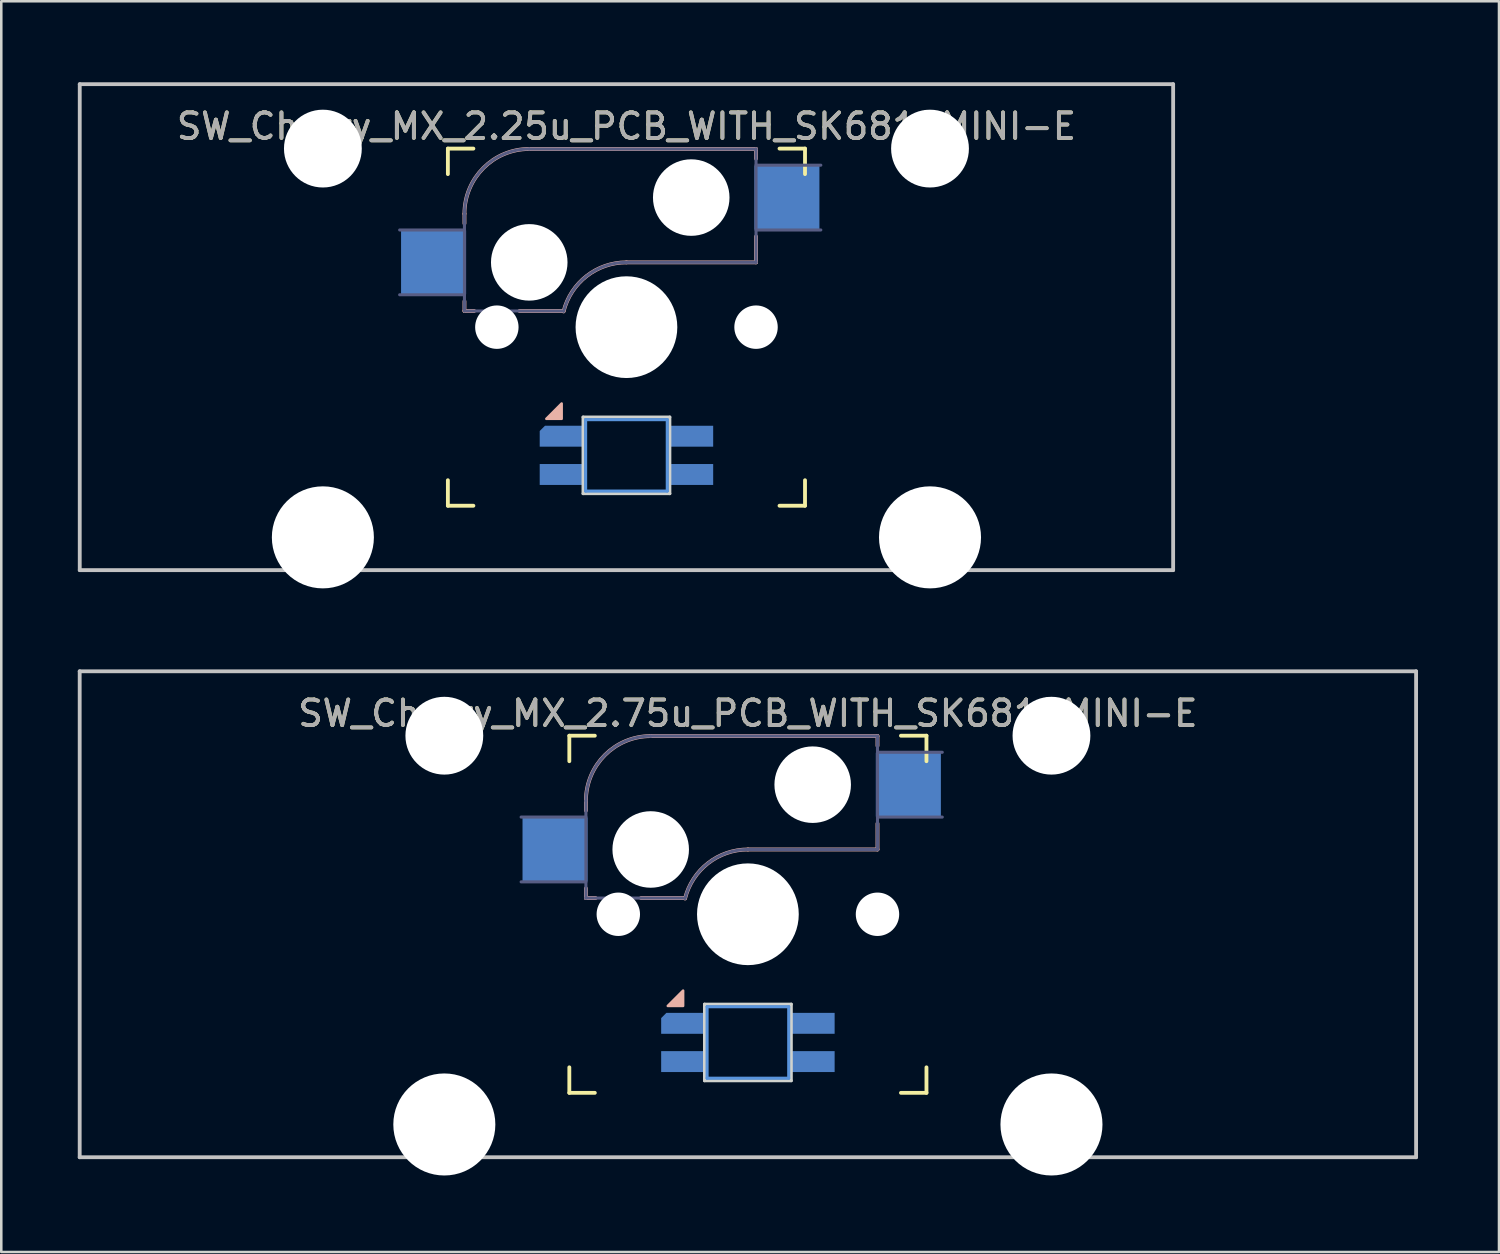
<source format=kicad_pcb>
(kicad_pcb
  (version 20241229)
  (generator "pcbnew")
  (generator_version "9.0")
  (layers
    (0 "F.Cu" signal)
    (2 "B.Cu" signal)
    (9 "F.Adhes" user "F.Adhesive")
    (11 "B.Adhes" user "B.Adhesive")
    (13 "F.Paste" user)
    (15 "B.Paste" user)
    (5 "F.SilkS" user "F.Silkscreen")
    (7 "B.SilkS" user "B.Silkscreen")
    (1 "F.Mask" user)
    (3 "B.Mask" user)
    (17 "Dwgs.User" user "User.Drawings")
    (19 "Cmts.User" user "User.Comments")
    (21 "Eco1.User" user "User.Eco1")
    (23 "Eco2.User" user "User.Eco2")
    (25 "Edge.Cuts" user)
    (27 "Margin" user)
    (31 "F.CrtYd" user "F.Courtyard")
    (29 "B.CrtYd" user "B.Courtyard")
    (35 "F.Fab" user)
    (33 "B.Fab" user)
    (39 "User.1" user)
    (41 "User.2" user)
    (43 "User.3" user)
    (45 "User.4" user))
  (footprint "SW_Cherry_MX_2.25u_PCB_WITH_SK6812MINI-E"
    (layer "F.Cu")
    (at 42.938 0.25)
    (property "Reference" "SW_Cherry_MX_2.25u_PCB_WITH_SK6812MINI-E" (at -21.431 1.651 0) (layer "F.SilkS") (effects (font (size 1 1) (thickness 0.15))))
    (attr through_hole)
    (fp_line (start -28.431 3.525) (end -28.431 2.525) (stroke (width 0.15) (type solid)) (layer "F.SilkS"))
    (fp_line (start -28.431 16.525) (end -28.431 15.525) (stroke (width 0.15) (type solid)) (layer "F.SilkS"))
    (fp_line (start -28.431 16.525) (end -27.431 16.525) (stroke (width 0.15) (type solid)) (layer "F.SilkS"))
    (fp_line (start -27.431 2.525) (end -28.431 2.525) (stroke (width 0.15) (type solid)) (layer "F.SilkS"))
    (fp_line (start -15.431 16.525) (end -14.431 16.525) (stroke (width 0.15) (type solid)) (layer "F.SilkS"))
    (fp_line (start -14.431 2.525) (end -15.431 2.525) (stroke (width 0.15) (type solid)) (layer "F.SilkS"))
    (fp_line (start -14.431 2.525) (end -14.431 3.525) (stroke (width 0.15) (type solid)) (layer "F.SilkS"))
    (fp_line (start -14.431 15.525) (end -14.431 16.525) (stroke (width 0.15) (type solid)) (layer "F.SilkS"))
    (fp_line (start -27.781 5.08) (end -27.781 5.461) (stroke (width 0.15) (type solid)) (layer "B.SilkS"))
    (fp_line (start -27.781 8.509) (end -27.781 8.89) (stroke (width 0.15) (type solid)) (layer "B.SilkS"))
    (fp_line (start -27.4 8.89) (end -27.781 8.89) (stroke (width 0.15) (type solid)) (layer "B.SilkS"))
    (fp_line (start -25.241 2.54) (end -16.351 2.54) (stroke (width 0.15) (type solid)) (layer "B.SilkS"))
    (fp_line (start -23.895 8.89) (end -25.622 8.89) (stroke (width 0.15) (type solid)) (layer "B.SilkS"))
    (fp_line (start -16.351 2.54) (end -16.351 2.921) (stroke (width 0.15) (type solid)) (layer "B.SilkS"))
    (fp_line (start -16.351 5.969) (end -16.351 6.985) (stroke (width 0.15) (type solid)) (layer "B.SilkS"))
    (fp_line (start -16.351 6.985) (end -21.431 6.985) (stroke (width 0.15) (type solid)) (layer "B.SilkS"))
    (fp_arc (start -27.78125 5.08) (mid -27.037301 3.283949) (end -25.24125 2.54) (stroke (width 0.15) (type solid)) (layer "B.SilkS"))
    (fp_arc (start -23.895412 8.90896) (mid -22.994397 7.522958) (end -21.43125 6.985) (stroke (width 0.15) (type solid)) (layer "B.SilkS"))
    (fp_poly (pts (xy -23.971 12.518) (xy -23.971 13.118) (xy -24.571 13.118)) (stroke (width 0.1) (type solid)) (fill yes) (layer "B.SilkS"))
    (fp_line (start -42.862 0) (end 0 0) (stroke (width 0.15) (type solid)) (layer "Dwgs.User"))
    (fp_line (start -42.862 19.05) (end -42.862 0) (stroke (width 0.15) (type solid)) (layer "Dwgs.User"))
    (fp_line (start 0 0) (end 0 19.05) (stroke (width 0.15) (type solid)) (layer "Dwgs.User"))
    (fp_line (start 0 19.05) (end -42.862 19.05) (stroke (width 0.15) (type solid)) (layer "Dwgs.User"))
    (fp_line (start -23.031 13.15) (end -23.031 15.95) (stroke (width 0.12) (type solid)) (layer "Cmts.User"))
    (fp_line (start -23.031 13.15) (end -19.831 13.15) (stroke (width 0.12) (type solid)) (layer "Cmts.User"))
    (fp_line (start -19.831 15.95) (end -23.031 15.95) (stroke (width 0.12) (type solid)) (layer "Cmts.User"))
    (fp_line (start -19.831 15.95) (end -19.831 13.15) (stroke (width 0.12) (type solid)) (layer "Cmts.User"))
    (fp_line (start -28.331 16.425) (end -28.331 2.625) (stroke (width 0.15) (type solid)) (layer "Eco2.User"))
    (fp_line (start -28.331 16.425) (end -14.531 16.425) (stroke (width 0.15) (type solid)) (layer "Eco2.User"))
    (fp_line (start -14.531 2.625) (end -28.331 2.625) (stroke (width 0.15) (type solid)) (layer "Eco2.User"))
    (fp_line (start -14.531 2.625) (end -14.531 16.425) (stroke (width 0.15) (type solid)) (layer "Eco2.User"))
    (fp_line (start -23.131 13.05) (end -23.131 16.05) (stroke (width 0.12) (type solid)) (layer "Edge.Cuts"))
    (fp_line (start -23.131 13.05) (end -19.731 13.05) (stroke (width 0.12) (type solid)) (layer "Edge.Cuts"))
    (fp_line (start -19.731 16.05) (end -23.131 16.05) (stroke (width 0.12) (type solid)) (layer "Edge.Cuts"))
    (fp_line (start -19.731 16.05) (end -19.731 13.05) (stroke (width 0.12) (type solid)) (layer "Edge.Cuts"))
    (fp_line (start -30.321 5.715) (end -27.781 5.715) (stroke (width 0.12) (type solid)) (layer "B.Fab"))
    (fp_line (start -27.781 8.255) (end -30.321 8.255) (stroke (width 0.12) (type solid)) (layer "B.Fab"))
    (fp_line (start -27.781 8.89) (end -27.781 5.08) (stroke (width 0.12) (type solid)) (layer "B.Fab"))
    (fp_line (start -27.781 8.89) (end -23.971 8.89) (stroke (width 0.12) (type solid)) (layer "B.Fab"))
    (fp_line (start -25.241 2.54) (end -16.351 2.54) (stroke (width 0.12) (type solid)) (layer "B.Fab"))
    (fp_line (start -16.351 2.54) (end -16.351 6.985) (stroke (width 0.12) (type solid)) (layer "B.Fab"))
    (fp_line (start -16.351 3.175) (end -13.811 3.175) (stroke (width 0.12) (type solid)) (layer "B.Fab"))
    (fp_line (start -16.351 6.985) (end -21.431 6.985) (stroke (width 0.12) (type solid)) (layer "B.Fab"))
    (fp_line (start -13.811 5.715) (end -16.351 5.715) (stroke (width 0.12) (type solid)) (layer "B.Fab"))
    (fp_arc (start -27.78125 5.08) (mid -27.037301 3.283949) (end -25.24125 2.54) (stroke (width 0.12) (type solid)) (layer "B.Fab"))
    (fp_arc (start -23.895412 8.90896) (mid -22.994397 7.522958) (end -21.43125 6.985) (stroke (width 0.12) (type solid)) (layer "B.Fab"))
    (fp_text user "${REFERENCE}" (at -21.431 1.651 0) (layer "F.Fab") (effects (font (size 1 1) (thickness 0.15))))
    (pad "" np_thru_hole circle (at -33.331 2.525) (size 3.05 3.05) (drill 3.05) (layers "*.Cu" "*.Mask"))
    (pad "" np_thru_hole circle (at -33.331 17.765) (size 4 4) (drill 4) (layers "*.Cu" "*.Mask"))
    (pad "" np_thru_hole circle (at -26.511 9.525) (size 1.702 1.702) (drill 1.702) (layers "*.Cu" "*.Mask"))
    (pad "" np_thru_hole circle (at -25.241 6.985) (size 3 3) (drill 3) (layers "*.Cu" "*.Mask"))
    (pad "" np_thru_hole circle (at -21.431 9.525) (size 3.988 3.988) (drill 3.988) (layers "*.Cu" "*.Mask"))
    (pad "" np_thru_hole circle (at -18.891 4.445) (size 3 3) (drill 3) (layers "*.Cu" "*.Mask"))
    (pad "" np_thru_hole circle (at -16.351 9.525) (size 1.702 1.702) (drill 1.702) (layers "*.Cu" "*.Mask"))
    (pad "" np_thru_hole circle (at -9.531 2.525) (size 3.05 3.05) (drill 3.05) (layers "*.Cu" "*.Mask"))
    (pad "" np_thru_hole circle (at -9.531 17.765) (size 4 4) (drill 4) (layers "*.Cu" "*.Mask"))
    (pad "11" smd rect (at -15.141 4.445) (size 2.55 2.5) (layers "B.Cu" "B.Mask" "B.Paste"))
    (pad "12" smd rect (at -28.991 6.985) (size 2.55 2.5) (layers "B.Cu" "B.Mask" "B.Paste"))
    (pad "21" smd rect (at -18.881 15.3 180) (size 1.7 0.82) (layers "B.Cu" "B.Mask" "B.Paste"))
    (pad "22" smd rect (at -18.881 13.8 180) (size 1.7 0.82) (layers "B.Cu" "B.Mask" "B.Paste"))
    (pad "23" smd roundrect (at -23.981 13.8 180) (size 1.7 0.82) (layers "B.Cu" "B.Mask" "B.Paste") (roundrect_rratio 0) (chamfer_ratio 0.25) (chamfer bottom_right))
    (pad "24" smd rect (at -23.981 15.3 180) (size 1.7 0.82) (layers "B.Cu" "B.Mask" "B.Paste")))
  (footprint "SW_Cherry_MX_2.75u_PCB_WITH_SK6812MINI-E"
    (layer "F.Cu")
    (at 52.462 23.265)
    (property "Reference" "SW_Cherry_MX_2.75u_PCB_WITH_SK6812MINI-E" (at -26.194 1.651 0) (layer "F.SilkS") (effects (font (size 1 1) (thickness 0.15))))
    (attr through_hole)
    (fp_line (start -33.194 3.525) (end -33.194 2.525) (stroke (width 0.15) (type solid)) (layer "F.SilkS"))
    (fp_line (start -33.194 16.525) (end -33.194 15.525) (stroke (width 0.15) (type solid)) (layer "F.SilkS"))
    (fp_line (start -33.194 16.525) (end -32.194 16.525) (stroke (width 0.15) (type solid)) (layer "F.SilkS"))
    (fp_line (start -32.194 2.525) (end -33.194 2.525) (stroke (width 0.15) (type solid)) (layer "F.SilkS"))
    (fp_line (start -20.194 16.525) (end -19.194 16.525) (stroke (width 0.15) (type solid)) (layer "F.SilkS"))
    (fp_line (start -19.194 2.525) (end -20.194 2.525) (stroke (width 0.15) (type solid)) (layer "F.SilkS"))
    (fp_line (start -19.194 2.525) (end -19.194 3.525) (stroke (width 0.15) (type solid)) (layer "F.SilkS"))
    (fp_line (start -19.194 15.525) (end -19.194 16.525) (stroke (width 0.15) (type solid)) (layer "F.SilkS"))
    (fp_line (start -32.544 5.08) (end -32.544 5.461) (stroke (width 0.15) (type solid)) (layer "B.SilkS"))
    (fp_line (start -32.544 8.509) (end -32.544 8.89) (stroke (width 0.15) (type solid)) (layer "B.SilkS"))
    (fp_line (start -32.163 8.89) (end -32.544 8.89) (stroke (width 0.15) (type solid)) (layer "B.SilkS"))
    (fp_line (start -30.004 2.54) (end -21.114 2.54) (stroke (width 0.15) (type solid)) (layer "B.SilkS"))
    (fp_line (start -28.658 8.89) (end -30.385 8.89) (stroke (width 0.15) (type solid)) (layer "B.SilkS"))
    (fp_line (start -21.114 2.54) (end -21.114 2.921) (stroke (width 0.15) (type solid)) (layer "B.SilkS"))
    (fp_line (start -21.114 5.969) (end -21.114 6.985) (stroke (width 0.15) (type solid)) (layer "B.SilkS"))
    (fp_line (start -21.114 6.985) (end -26.194 6.985) (stroke (width 0.15) (type solid)) (layer "B.SilkS"))
    (fp_arc (start -32.54375 5.08) (mid -31.799801 3.283949) (end -30.00375 2.54) (stroke (width 0.15) (type solid)) (layer "B.SilkS"))
    (fp_arc (start -28.657912 8.90896) (mid -27.756897 7.522958) (end -26.19375 6.985) (stroke (width 0.15) (type solid)) (layer "B.SilkS"))
    (fp_poly (pts (xy -28.734 12.518) (xy -28.734 13.118) (xy -29.334 13.118)) (stroke (width 0.1) (type solid)) (fill yes) (layer "B.SilkS"))
    (fp_line (start -52.388 0) (end 0 0) (stroke (width 0.15) (type solid)) (layer "Dwgs.User"))
    (fp_line (start -52.388 19.05) (end -52.388 0) (stroke (width 0.15) (type solid)) (layer "Dwgs.User"))
    (fp_line (start 0 0) (end 0 19.05) (stroke (width 0.15) (type solid)) (layer "Dwgs.User"))
    (fp_line (start 0 19.05) (end -52.388 19.05) (stroke (width 0.15) (type solid)) (layer "Dwgs.User"))
    (fp_line (start -27.794 13.15) (end -27.794 15.95) (stroke (width 0.12) (type solid)) (layer "Cmts.User"))
    (fp_line (start -27.794 13.15) (end -24.594 13.15) (stroke (width 0.12) (type solid)) (layer "Cmts.User"))
    (fp_line (start -24.594 15.95) (end -27.794 15.95) (stroke (width 0.12) (type solid)) (layer "Cmts.User"))
    (fp_line (start -24.594 15.95) (end -24.594 13.15) (stroke (width 0.12) (type solid)) (layer "Cmts.User"))
    (fp_line (start -33.094 16.425) (end -33.094 2.625) (stroke (width 0.15) (type solid)) (layer "Eco2.User"))
    (fp_line (start -33.094 16.425) (end -19.294 16.425) (stroke (width 0.15) (type solid)) (layer "Eco2.User"))
    (fp_line (start -19.294 2.625) (end -33.094 2.625) (stroke (width 0.15) (type solid)) (layer "Eco2.User"))
    (fp_line (start -19.294 2.625) (end -19.294 16.425) (stroke (width 0.15) (type solid)) (layer "Eco2.User"))
    (fp_line (start -27.894 13.05) (end -27.894 16.05) (stroke (width 0.12) (type solid)) (layer "Edge.Cuts"))
    (fp_line (start -27.894 13.05) (end -24.494 13.05) (stroke (width 0.12) (type solid)) (layer "Edge.Cuts"))
    (fp_line (start -24.494 16.05) (end -27.894 16.05) (stroke (width 0.12) (type solid)) (layer "Edge.Cuts"))
    (fp_line (start -24.494 16.05) (end -24.494 13.05) (stroke (width 0.12) (type solid)) (layer "Edge.Cuts"))
    (fp_line (start -35.084 5.715) (end -32.544 5.715) (stroke (width 0.12) (type solid)) (layer "B.Fab"))
    (fp_line (start -32.544 8.255) (end -35.084 8.255) (stroke (width 0.12) (type solid)) (layer "B.Fab"))
    (fp_line (start -32.544 8.89) (end -32.544 5.08) (stroke (width 0.12) (type solid)) (layer "B.Fab"))
    (fp_line (start -32.544 8.89) (end -28.734 8.89) (stroke (width 0.12) (type solid)) (layer "B.Fab"))
    (fp_line (start -30.004 2.54) (end -21.114 2.54) (stroke (width 0.12) (type solid)) (layer "B.Fab"))
    (fp_line (start -21.114 2.54) (end -21.114 6.985) (stroke (width 0.12) (type solid)) (layer "B.Fab"))
    (fp_line (start -21.114 3.175) (end -18.574 3.175) (stroke (width 0.12) (type solid)) (layer "B.Fab"))
    (fp_line (start -21.114 6.985) (end -26.194 6.985) (stroke (width 0.12) (type solid)) (layer "B.Fab"))
    (fp_line (start -18.574 5.715) (end -21.114 5.715) (stroke (width 0.12) (type solid)) (layer "B.Fab"))
    (fp_arc (start -32.54375 5.08) (mid -31.799801 3.283949) (end -30.00375 2.54) (stroke (width 0.12) (type solid)) (layer "B.Fab"))
    (fp_arc (start -28.657912 8.90896) (mid -27.756897 7.522958) (end -26.19375 6.985) (stroke (width 0.12) (type solid)) (layer "B.Fab"))
    (fp_text user "${REFERENCE}" (at -26.194 1.651 0) (layer "F.Fab") (effects (font (size 1 1) (thickness 0.15))))
    (pad "" np_thru_hole circle (at -38.094 2.525) (size 3.05 3.05) (drill 3.05) (layers "*.Cu" "*.Mask"))
    (pad "" np_thru_hole circle (at -38.094 17.765) (size 4 4) (drill 4) (layers "*.Cu" "*.Mask"))
    (pad "" np_thru_hole circle (at -31.274 9.525) (size 1.702 1.702) (drill 1.702) (layers "*.Cu" "*.Mask"))
    (pad "" np_thru_hole circle (at -30.004 6.985) (size 3 3) (drill 3) (layers "*.Cu" "*.Mask"))
    (pad "" np_thru_hole circle (at -26.194 9.525) (size 3.988 3.988) (drill 3.988) (layers "*.Cu" "*.Mask"))
    (pad "" np_thru_hole circle (at -23.654 4.445) (size 3 3) (drill 3) (layers "*.Cu" "*.Mask"))
    (pad "" np_thru_hole circle (at -21.114 9.525) (size 1.702 1.702) (drill 1.702) (layers "*.Cu" "*.Mask"))
    (pad "" np_thru_hole circle (at -14.294 2.525) (size 3.05 3.05) (drill 3.05) (layers "*.Cu" "*.Mask"))
    (pad "" np_thru_hole circle (at -14.294 17.765) (size 4 4) (drill 4) (layers "*.Cu" "*.Mask"))
    (pad "11" smd rect (at -19.904 4.445) (size 2.55 2.5) (layers "B.Cu" "B.Mask" "B.Paste"))
    (pad "12" smd rect (at -33.754 6.985) (size 2.55 2.5) (layers "B.Cu" "B.Mask" "B.Paste"))
    (pad "21" smd rect (at -23.644 15.3 180) (size 1.7 0.82) (layers "B.Cu" "B.Mask" "B.Paste"))
    (pad "22" smd rect (at -23.644 13.8 180) (size 1.7 0.82) (layers "B.Cu" "B.Mask" "B.Paste"))
    (pad "23" smd roundrect (at -28.744 13.8 180) (size 1.7 0.82) (layers "B.Cu" "B.Mask" "B.Paste") (roundrect_rratio 0) (chamfer_ratio 0.25) (chamfer bottom_right))
    (pad "24" smd rect (at -28.744 15.3 180) (size 1.7 0.82) (layers "B.Cu" "B.Mask" "B.Paste")))
  (gr_rect
    (start -3 -3)
    (end 55.712 46.03)
    (stroke (width 0.1) (type default))
    (fill no)
    (layer "Edge.Cuts")))
</source>
